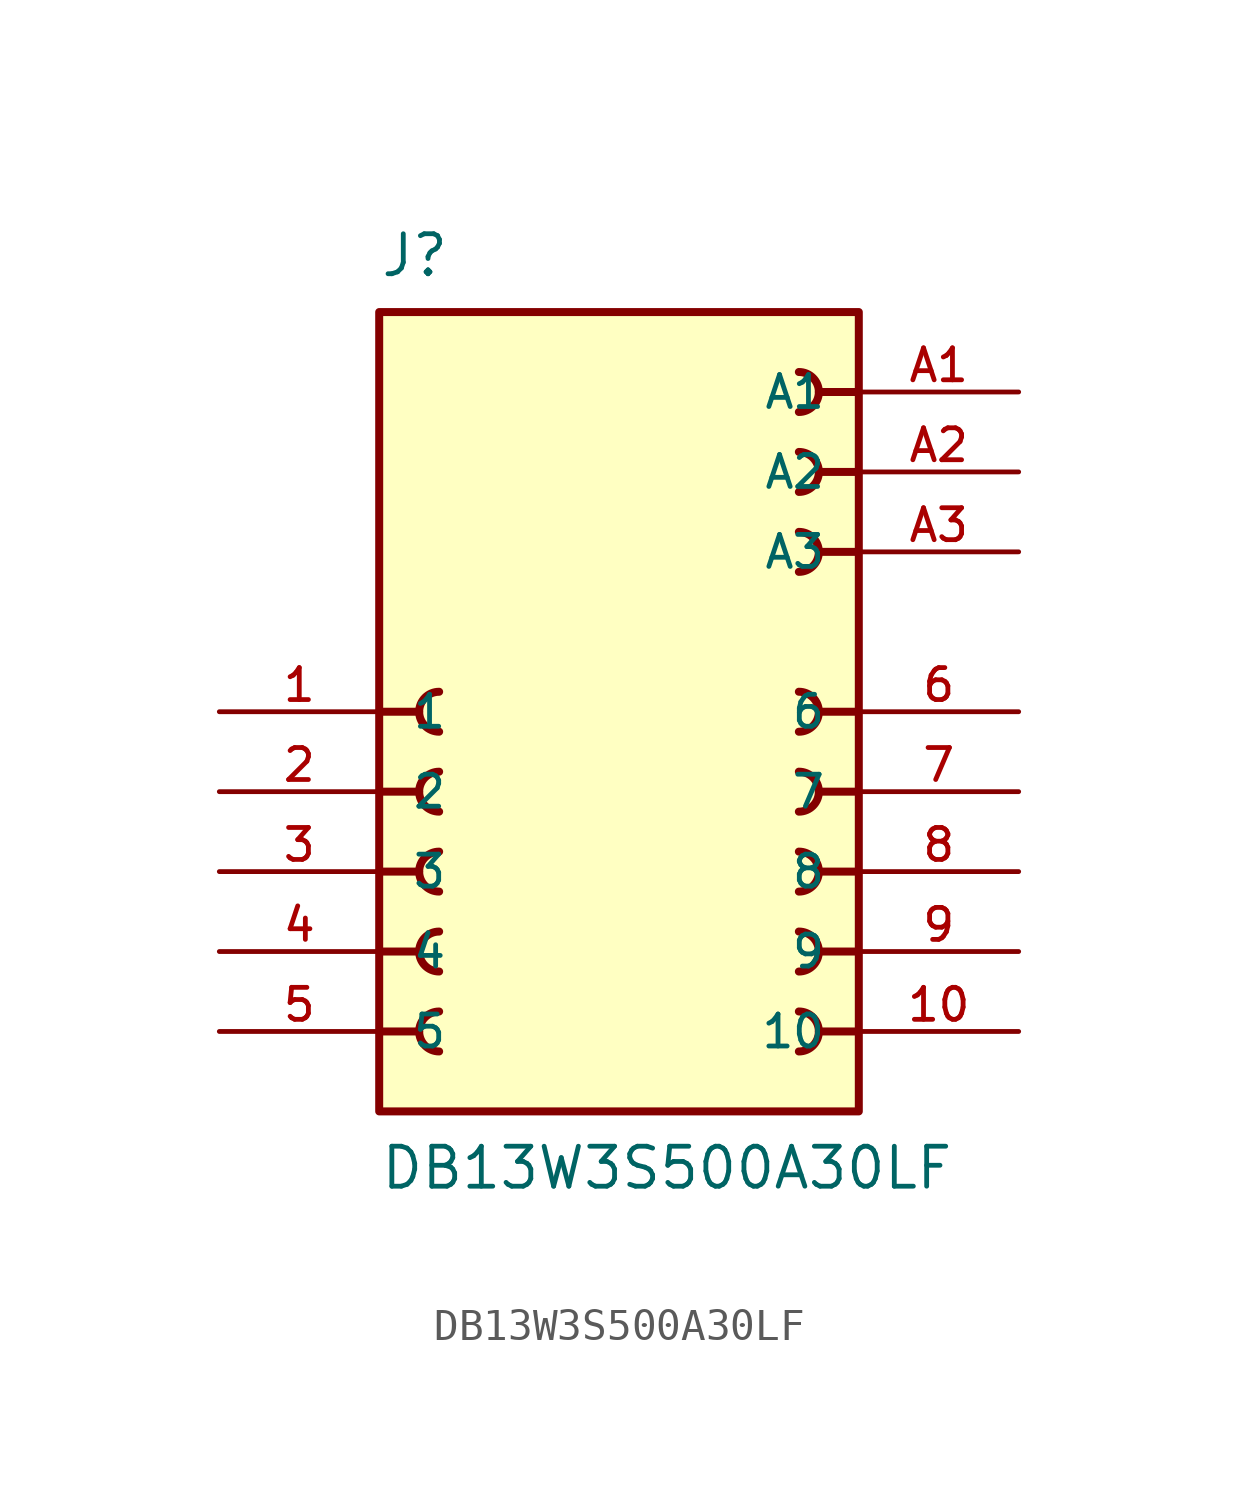
<source format=kicad_sym>
(kicad_symbol_lib
  (version 20211014)
  (generator kicad_symbol_editor)
  (symbol "DB13W3S500A30LF"
    (pin_names
      (offset 1.016))
    (property "Reference" "J"
      (at -7.62 15.24 0)
      (effects (font (size 1.27 1.27)) (justify top left)))
    (property "Value" "DB13W3S500A30LF"
      (at -7.62 -15.24 0)
      (effects (font (size 1.27 1.27)) (justify bottom left)))
    (symbol "DB13W3S500A30LF_0_0"
      (polyline (pts (xy 7.62 -2.54) (xy 6.35 -2.54)) (stroke (width 0.254)))
      (arc (start 5.715 -3.175) (mid 6.35 -2.54) (end 5.715 -1.905) (stroke (width 0.254) (type default) (color 0 0 0 0)) (fill (type none)))
      (polyline (pts (xy 7.62 -5.08) (xy 6.35 -5.08)) (stroke (width 0.254)))
      (arc (start 5.715 -5.715) (mid 6.35 -5.08) (end 5.715 -4.445) (stroke (width 0.254) (type default) (color 0 0 0 0)) (fill (type none)))
      (polyline (pts (xy 7.62 -7.62) (xy 6.35 -7.62)) (stroke (width 0.254)))
      (arc (start 5.715 -8.255) (mid 6.35 -7.62) (end 5.715 -6.985) (stroke (width 0.254) (type default) (color 0 0 0 0)) (fill (type none)))
      (polyline (pts (xy 7.62 0.0) (xy 6.35 0.0)) (stroke (width 0.254)))
      (arc (start 5.715 0.635) (mid 6.35 -0.0) (end 5.715 -0.635) (stroke (width 0.254) (type default) (color 0 0 0 0)) (fill (type none)))
      (polyline (pts (xy 7.62 5.08) (xy 6.35 5.08)) (stroke (width 0.254)))
      (arc (start 5.715 5.715) (mid 6.35 5.08) (end 5.715 4.445) (stroke (width 0.254) (type default) (color 0 0 0 0)) (fill (type none)))
      (polyline (pts (xy 7.62 7.62) (xy 6.35 7.62)) (stroke (width 0.254)))
      (arc (start 5.715 8.255) (mid 6.35 7.62) (end 5.715 6.985) (stroke (width 0.254) (type default) (color 0 0 0 0)) (fill (type none)))
      (polyline (pts (xy 7.62 10.16) (xy 6.35 10.16)) (stroke (width 0.254)))
      (arc (start 5.715 10.795) (mid 6.35 10.16) (end 5.715 9.525) (stroke (width 0.254) (type default) (color 0 0 0 0)) (fill (type none)))
      (polyline (pts (xy -7.62 -2.54) (xy -6.35 -2.54)) (stroke (width 0.254)))
      (arc (start -5.715 -3.175) (mid -6.35 -2.54) (end -5.715 -1.905) (stroke (width 0.254) (type default) (color 0 0 0 0)) (fill (type none)))
      (polyline (pts (xy -7.62 -5.08) (xy -6.35 -5.08)) (stroke (width 0.254)))
      (arc (start -5.715 -5.715) (mid -6.35 -5.08) (end -5.715 -4.445) (stroke (width 0.254) (type default) (color 0 0 0 0)) (fill (type none)))
      (polyline (pts (xy 7.62 -10.16) (xy 6.35 -10.16)) (stroke (width 0.254)))
      (arc (start 5.715 -10.795) (mid 6.35 -10.16) (end 5.715 -9.525) (stroke (width 0.254) (type default) (color 0 0 0 0)) (fill (type none)))
      (polyline (pts (xy -7.62 -7.62) (xy -6.35 -7.62)) (stroke (width 0.254)))
      (arc (start -5.715 -8.255) (mid -6.35 -7.62) (end -5.715 -6.985) (stroke (width 0.254) (type default) (color 0 0 0 0)) (fill (type none)))
      (polyline (pts (xy -7.62 -10.16) (xy -6.35 -10.16)) (stroke (width 0.254)))
      (arc (start -5.715 -10.795) (mid -6.35 -10.16) (end -5.715 -9.525) (stroke (width 0.254) (type default) (color 0 0 0 0)) (fill (type none)))
      (polyline (pts (xy -7.62 0.0) (xy -6.35 0.0)) (stroke (width 0.254)))
      (arc (start -5.715 -0.635) (mid -6.35 0.0) (end -5.715 0.635) (stroke (width 0.254) (type default) (color 0 0 0 0)) (fill (type none)))
      (rectangle (start -7.62 -12.7) (end 7.62 12.7) (stroke (width 0.254)) (fill (type background)))
      (pin passive line (at -12.7 0.0 0) (length 5.08) (name "1" (effects (font (size 1.016 1.016)))) (number "1" (effects (font (size 1.016 1.016)))))
      (pin passive line (at -12.7 -2.54 0) (length 5.08) (name "2" (effects (font (size 1.016 1.016)))) (number "2" (effects (font (size 1.016 1.016)))))
      (pin passive line (at -12.7 -5.08 0) (length 5.08) (name "3" (effects (font (size 1.016 1.016)))) (number "3" (effects (font (size 1.016 1.016)))))
      (pin passive line (at -12.7 -7.62 0) (length 5.08) (name "4" (effects (font (size 1.016 1.016)))) (number "4" (effects (font (size 1.016 1.016)))))
      (pin passive line (at -12.7 -10.16 0) (length 5.08) (name "5" (effects (font (size 1.016 1.016)))) (number "5" (effects (font (size 1.016 1.016)))))
      (pin passive line (at 12.7 0.0 180.0) (length 5.08) (name "6" (effects (font (size 1.016 1.016)))) (number "6" (effects (font (size 1.016 1.016)))))
      (pin passive line (at 12.7 -2.54 180.0) (length 5.08) (name "7" (effects (font (size 1.016 1.016)))) (number "7" (effects (font (size 1.016 1.016)))))
      (pin passive line (at 12.7 -5.08 180.0) (length 5.08) (name "8" (effects (font (size 1.016 1.016)))) (number "8" (effects (font (size 1.016 1.016)))))
      (pin passive line (at 12.7 -7.62 180.0) (length 5.08) (name "9" (effects (font (size 1.016 1.016)))) (number "9" (effects (font (size 1.016 1.016)))))
      (pin passive line (at 12.7 -10.16 180.0) (length 5.08) (name "10" (effects (font (size 1.016 1.016)))) (number "10" (effects (font (size 1.016 1.016)))))
      (pin power_in line (at 12.7 10.16 180.0) (length 5.08) (name "A1" (effects (font (size 1.016 1.016)))) (number "A1" (effects (font (size 1.016 1.016)))))
      (pin power_in line (at 12.7 7.62 180.0) (length 5.08) (name "A2" (effects (font (size 1.016 1.016)))) (number "A2" (effects (font (size 1.016 1.016)))))
      (pin power_in line (at 12.7 5.08 180.0) (length 5.08) (name "A3" (effects (font (size 1.016 1.016)))) (number "A3" (effects (font (size 1.016 1.016))))))))
</source>
